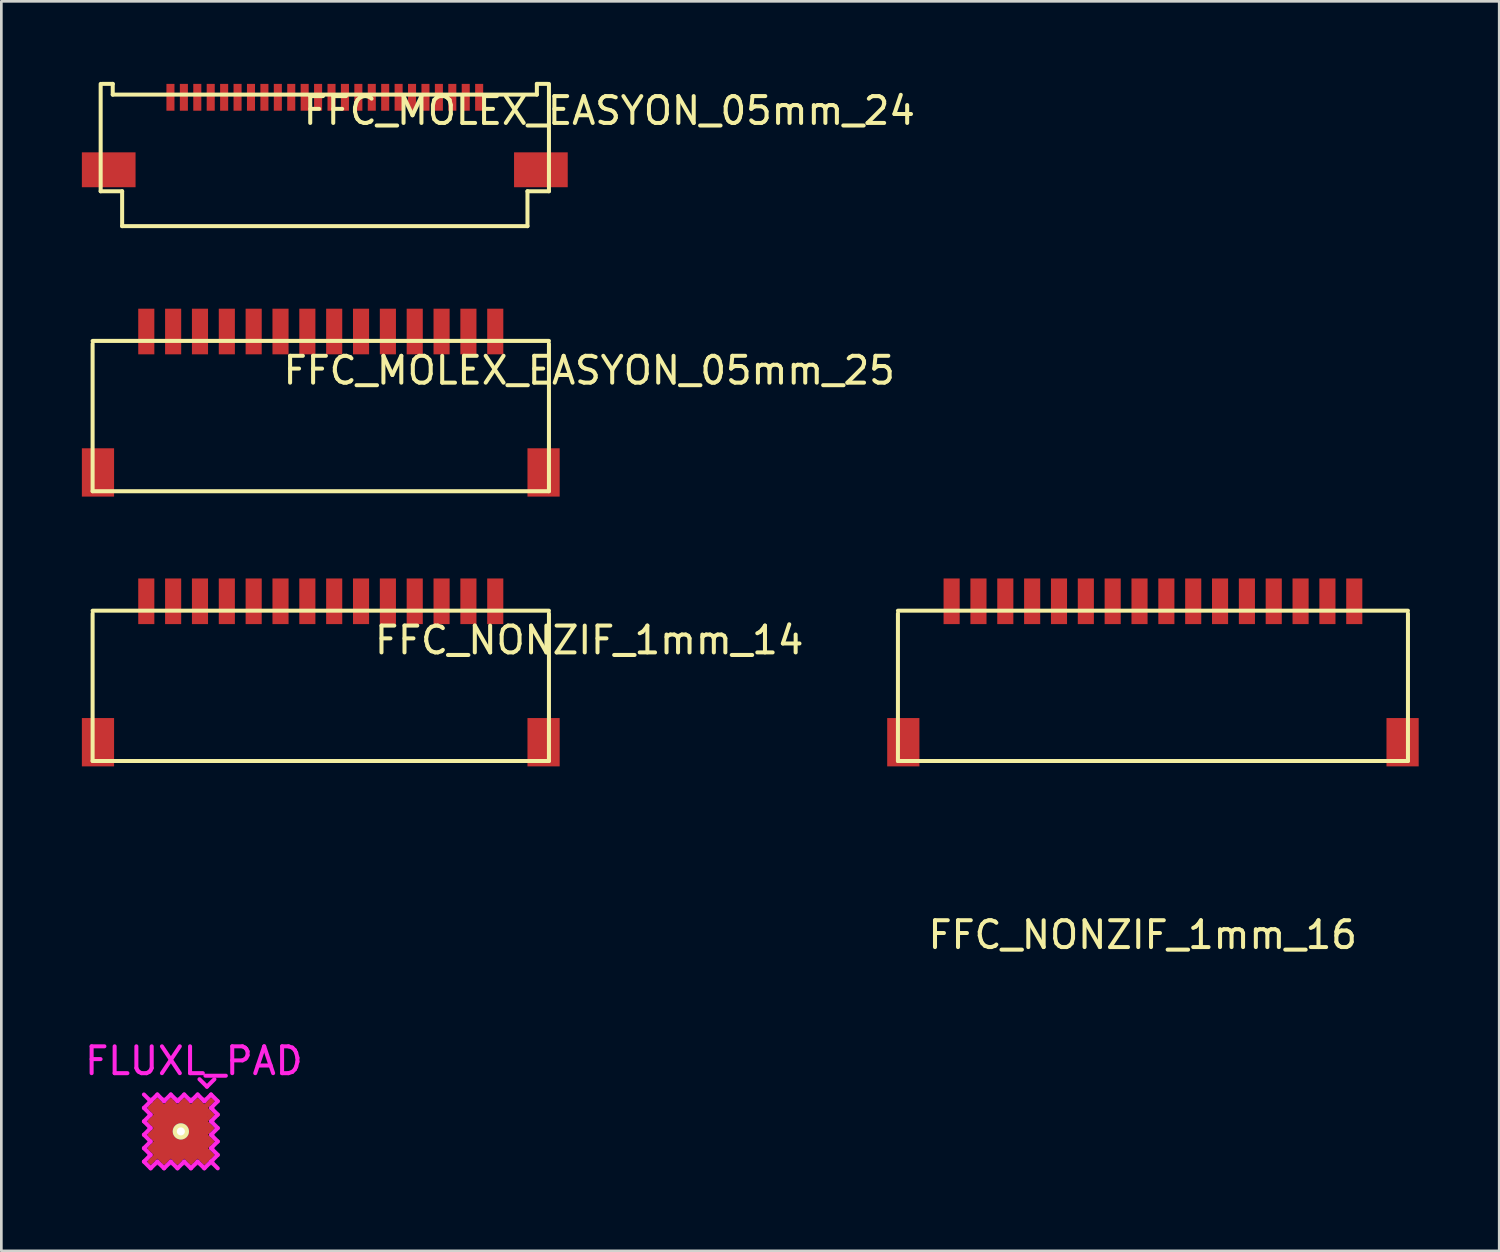
<source format=kicad_pcb>
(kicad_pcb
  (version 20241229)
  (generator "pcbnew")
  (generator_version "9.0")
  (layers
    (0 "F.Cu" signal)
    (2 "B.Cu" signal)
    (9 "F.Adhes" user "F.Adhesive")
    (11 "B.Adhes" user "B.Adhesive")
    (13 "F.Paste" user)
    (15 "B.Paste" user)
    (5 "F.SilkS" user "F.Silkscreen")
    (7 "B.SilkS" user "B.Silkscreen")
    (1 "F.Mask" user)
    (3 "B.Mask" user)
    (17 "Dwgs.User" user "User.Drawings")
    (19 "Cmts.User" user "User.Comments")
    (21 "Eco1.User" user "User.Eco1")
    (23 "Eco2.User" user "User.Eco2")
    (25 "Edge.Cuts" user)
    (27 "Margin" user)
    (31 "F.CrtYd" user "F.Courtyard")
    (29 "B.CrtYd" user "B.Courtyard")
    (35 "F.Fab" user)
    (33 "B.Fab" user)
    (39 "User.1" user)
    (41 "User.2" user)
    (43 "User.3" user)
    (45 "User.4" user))
  (footprint "FFC_NONZIF_1mm_16"
    (layer "F.Cu")
    (at 39.901 25.3)
    (property "Reference" "FFC_NONZIF_1mm_16" (at -0.381 6.477 0) (layer "F.SilkS") (effects (font (size 1 1) (thickness 0.15))))
    (attr through_hole)
    (fp_line (start -9.5 -5.5) (end -9.5 0) (stroke (width 0.15) (type solid)) (layer "F.SilkS"))
    (fp_line (start -9.5 0) (end 9.5 0) (stroke (width 0.15) (type solid)) (layer "F.SilkS"))
    (fp_line (start 9.5 -5.6) (end -9.5 -5.6) (stroke (width 0.15) (type solid)) (layer "F.SilkS"))
    (fp_line (start 9.5 0) (end 9.5 -5.5) (stroke (width 0.15) (type solid)) (layer "F.SilkS"))
    (pad "" smd rect (at -9.3 -0.7) (size 1.2 1.8) (layers "F.Cu" "F.Mask" "F.Paste"))
    (pad "" smd rect (at 9.3 -0.7) (size 1.2 1.8) (layers "F.Cu" "F.Mask" "F.Paste"))
    (pad "1" smd rect (at -7.5 -5.95) (size 0.6 1.7) (layers "F.Cu" "F.Mask" "F.Paste"))
    (pad "2" smd rect (at -6.5 -5.95) (size 0.6 1.7) (layers "F.Cu" "F.Mask" "F.Paste"))
    (pad "3" smd rect (at -5.5 -5.95) (size 0.6 1.7) (layers "F.Cu" "F.Mask" "F.Paste"))
    (pad "4" smd rect (at -4.5 -5.95) (size 0.6 1.7) (layers "F.Cu" "F.Mask" "F.Paste"))
    (pad "5" smd rect (at -3.5 -5.95) (size 0.6 1.7) (layers "F.Cu" "F.Mask" "F.Paste"))
    (pad "6" smd rect (at -2.5 -5.95) (size 0.6 1.7) (layers "F.Cu" "F.Mask" "F.Paste"))
    (pad "7" smd rect (at -1.5 -5.95) (size 0.6 1.7) (layers "F.Cu" "F.Mask" "F.Paste"))
    (pad "8" smd rect (at -0.5 -5.95) (size 0.6 1.7) (layers "F.Cu" "F.Mask" "F.Paste"))
    (pad "9" smd rect (at 0.5 -5.95) (size 0.6 1.7) (layers "F.Cu" "F.Mask" "F.Paste"))
    (pad "10" smd rect (at 1.5 -5.95) (size 0.6 1.7) (layers "F.Cu" "F.Mask" "F.Paste"))
    (pad "11" smd rect (at 2.5 -5.95) (size 0.6 1.7) (layers "F.Cu" "F.Mask" "F.Paste"))
    (pad "12" smd rect (at 3.5 -5.95) (size 0.6 1.7) (layers "F.Cu" "F.Mask" "F.Paste"))
    (pad "13" smd rect (at 4.5 -5.95) (size 0.6 1.7) (layers "F.Cu" "F.Mask" "F.Paste"))
    (pad "14" smd rect (at 5.5 -5.95) (size 0.6 1.7) (layers "F.Cu" "F.Mask" "F.Paste"))
    (pad "15" smd rect (at 6.5 -5.95) (size 0.6 1.7) (layers "F.Cu" "F.Mask" "F.Paste"))
    (pad "16" smd rect (at 7.5 -5.95) (size 0.6 1.7) (layers "F.Cu" "F.Mask" "F.Paste")))
  (footprint "FLUXL_PAD"
    (layer "F.Cu")
    (at 3.687 39.099)
    (property "Reference" "FLUXL_PAD" (at 0.486 -2.625 0) (layer "F.CrtYd") (effects (font (size 1 1) (thickness 0.15))))
    (attr smd)
    (fp_line (start -1.156 -0.875) (end -0.906 -0.625) (stroke (width 0.152) (type solid)) (layer "F.Cu"))
    (fp_line (start -1.156 -0.375) (end -0.906 -0.125) (stroke (width 0.152) (type solid)) (layer "F.Cu"))
    (fp_line (start -1.156 0.125) (end -0.906 0.375) (stroke (width 0.152) (type solid)) (layer "F.Cu"))
    (fp_line (start -1.156 0.625) (end -0.906 0.875) (stroke (width 0.152) (type solid)) (layer "F.Cu"))
    (fp_line (start -1.156 1.125) (end -1.125 1.156) (stroke (width 0.152) (type solid)) (layer "F.Cu"))
    (fp_line (start -1.125 1.156) (end -0.875 0.906) (stroke (width 0.152) (type solid)) (layer "F.Cu"))
    (fp_line (start -1.094 -0.375) (end -0.938 -0.375) (stroke (width 0.152) (type solid)) (layer "F.Cu"))
    (fp_line (start -1.094 0.125) (end -0.938 0.125) (stroke (width 0.152) (type solid)) (layer "F.Cu"))
    (fp_line (start -1.094 0.625) (end -0.938 0.625) (stroke (width 0.152) (type solid)) (layer "F.Cu"))
    (fp_line (start -0.906 -0.625) (end -1.156 -0.375) (stroke (width 0.152) (type solid)) (layer "F.Cu"))
    (fp_line (start -0.906 -0.125) (end -1.156 0.125) (stroke (width 0.152) (type solid)) (layer "F.Cu"))
    (fp_line (start -0.906 0.375) (end -1.156 0.625) (stroke (width 0.152) (type solid)) (layer "F.Cu"))
    (fp_line (start -0.906 0.875) (end -1.156 1.125) (stroke (width 0.152) (type solid)) (layer "F.Cu"))
    (fp_line (start -0.875 -1.156) (end -1.156 -0.875) (stroke (width 0.152) (type solid)) (layer "F.Cu"))
    (fp_line (start -0.875 0.906) (end -0.625 1.156) (stroke (width 0.152) (type solid)) (layer "F.Cu"))
    (fp_line (start -0.844 -1.031) (end -1.031 -0.844) (stroke (width 0.152) (type solid)) (layer "F.Cu"))
    (fp_line (start -0.625 -0.906) (end -0.875 -1.156) (stroke (width 0.152) (type solid)) (layer "F.Cu"))
    (fp_line (start -0.625 1.094) (end -0.625 0.969) (stroke (width 0.152) (type solid)) (layer "F.Cu"))
    (fp_line (start -0.625 1.156) (end -0.375 0.906) (stroke (width 0.152) (type solid)) (layer "F.Cu"))
    (fp_line (start -0.375 -1.156) (end -0.625 -0.906) (stroke (width 0.152) (type solid)) (layer "F.Cu"))
    (fp_line (start -0.375 -1.094) (end -0.375 -0.938) (stroke (width 0.152) (type solid)) (layer "F.Cu"))
    (fp_line (start -0.375 0.906) (end -0.125 1.156) (stroke (width 0.152) (type solid)) (layer "F.Cu"))
    (fp_line (start -0.125 -0.906) (end -0.375 -1.156) (stroke (width 0.152) (type solid)) (layer "F.Cu"))
    (fp_line (start -0.125 1.094) (end -0.125 0.969) (stroke (width 0.152) (type solid)) (layer "F.Cu"))
    (fp_line (start -0.125 1.156) (end 0.125 0.906) (stroke (width 0.152) (type solid)) (layer "F.Cu"))
    (fp_line (start 0.125 -1.156) (end -0.125 -0.906) (stroke (width 0.152) (type solid)) (layer "F.Cu"))
    (fp_line (start 0.125 -1.094) (end 0.125 -0.938) (stroke (width 0.152) (type solid)) (layer "F.Cu"))
    (fp_line (start 0.125 0.906) (end 0.375 1.156) (stroke (width 0.152) (type solid)) (layer "F.Cu"))
    (fp_line (start 0.375 -0.906) (end 0.125 -1.156) (stroke (width 0.152) (type solid)) (layer "F.Cu"))
    (fp_line (start 0.375 1.094) (end 0.375 0.969) (stroke (width 0.152) (type solid)) (layer "F.Cu"))
    (fp_line (start 0.375 1.156) (end 0.625 0.906) (stroke (width 0.152) (type solid)) (layer "F.Cu"))
    (fp_line (start 0.625 -1.156) (end 0.375 -0.906) (stroke (width 0.152) (type solid)) (layer "F.Cu"))
    (fp_line (start 0.625 -1.094) (end 0.625 -0.938) (stroke (width 0.152) (type solid)) (layer "F.Cu"))
    (fp_line (start 0.625 0.906) (end 0.875 1.156) (stroke (width 0.152) (type solid)) (layer "F.Cu"))
    (fp_line (start 0.875 -0.906) (end 0.625 -1.156) (stroke (width 0.152) (type solid)) (layer "F.Cu"))
    (fp_line (start 0.875 1.156) (end 1.156 0.875) (stroke (width 0.152) (type solid)) (layer "F.Cu"))
    (fp_line (start 0.906 -0.875) (end 1.156 -1.125) (stroke (width 0.152) (type solid)) (layer "F.Cu"))
    (fp_line (start 0.906 -0.375) (end 1.156 -0.625) (stroke (width 0.152) (type solid)) (layer "F.Cu"))
    (fp_line (start 0.906 0.125) (end 1.156 -0.125) (stroke (width 0.152) (type solid)) (layer "F.Cu"))
    (fp_line (start 0.906 0.625) (end 1.156 0.375) (stroke (width 0.152) (type solid)) (layer "F.Cu"))
    (fp_line (start 1.031 0.844) (end 0.844 1.031) (stroke (width 0.152) (type solid)) (layer "F.Cu"))
    (fp_line (start 1.094 -0.625) (end 0.938 -0.625) (stroke (width 0.152) (type solid)) (layer "F.Cu"))
    (fp_line (start 1.094 -0.125) (end 0.938 -0.125) (stroke (width 0.152) (type solid)) (layer "F.Cu"))
    (fp_line (start 1.094 0.375) (end 0.938 0.375) (stroke (width 0.152) (type solid)) (layer "F.Cu"))
    (fp_line (start 1.125 -1.156) (end 0.875 -0.906) (stroke (width 0.152) (type solid)) (layer "F.Cu"))
    (fp_line (start 1.156 -1.125) (end 1.125 -1.156) (stroke (width 0.152) (type solid)) (layer "F.Cu"))
    (fp_line (start 1.156 -0.625) (end 0.906 -0.875) (stroke (width 0.152) (type solid)) (layer "F.Cu"))
    (fp_line (start 1.156 -0.125) (end 0.906 -0.375) (stroke (width 0.152) (type solid)) (layer "F.Cu"))
    (fp_line (start 1.156 0.375) (end 0.906 0.125) (stroke (width 0.152) (type solid)) (layer "F.Cu"))
    (fp_line (start 1.156 0.875) (end 0.906 0.625) (stroke (width 0.152) (type solid)) (layer "F.Cu"))
    (fp_line (start -1.375 -0.875) (end -1.125 -1.125) (stroke (width 0.152) (type solid)) (layer "F.CrtYd"))
    (fp_line (start -1.375 -0.375) (end -1.125 -0.625) (stroke (width 0.152) (type solid)) (layer "F.CrtYd"))
    (fp_line (start -1.375 0.125) (end -1.125 -0.125) (stroke (width 0.152) (type solid)) (layer "F.CrtYd"))
    (fp_line (start -1.375 0.625) (end -1.125 0.375) (stroke (width 0.152) (type solid)) (layer "F.CrtYd"))
    (fp_line (start -1.375 1.125) (end -1.125 0.875) (stroke (width 0.152) (type solid)) (layer "F.CrtYd"))
    (fp_line (start -1.25 -1.25) (end 1.25 -1.25) (stroke (width 0.01) (type solid)) (layer "F.CrtYd"))
    (fp_line (start -1.25 1.25) (end -1.25 -1.25) (stroke (width 0.01) (type solid)) (layer "F.CrtYd"))
    (fp_line (start -1.125 -1.125) (end -1.375 -1.375) (stroke (width 0.152) (type solid)) (layer "F.CrtYd"))
    (fp_line (start -1.125 -0.625) (end -1.375 -0.875) (stroke (width 0.152) (type solid)) (layer "F.CrtYd"))
    (fp_line (start -1.125 -0.125) (end -1.375 -0.375) (stroke (width 0.152) (type solid)) (layer "F.CrtYd"))
    (fp_line (start -1.125 0.375) (end -1.375 0.125) (stroke (width 0.152) (type solid)) (layer "F.CrtYd"))
    (fp_line (start -1.125 0.875) (end -1.375 0.625) (stroke (width 0.152) (type solid)) (layer "F.CrtYd"))
    (fp_line (start -1.125 1.375) (end -1.375 1.125) (stroke (width 0.152) (type solid)) (layer "F.CrtYd"))
    (fp_line (start -0.875 -1.375) (end -1.125 -1.125) (stroke (width 0.152) (type solid)) (layer "F.CrtYd"))
    (fp_line (start -0.875 1.125) (end -1.125 1.375) (stroke (width 0.152) (type solid)) (layer "F.CrtYd"))
    (fp_line (start -0.625 -1.125) (end -0.875 -1.375) (stroke (width 0.152) (type solid)) (layer "F.CrtYd"))
    (fp_line (start -0.625 1.375) (end -0.875 1.125) (stroke (width 0.152) (type solid)) (layer "F.CrtYd"))
    (fp_line (start -0.375 -1.375) (end -0.625 -1.125) (stroke (width 0.152) (type solid)) (layer "F.CrtYd"))
    (fp_line (start -0.375 1.125) (end -0.625 1.375) (stroke (width 0.152) (type solid)) (layer "F.CrtYd"))
    (fp_line (start -0.125 -1.125) (end -0.375 -1.375) (stroke (width 0.152) (type solid)) (layer "F.CrtYd"))
    (fp_line (start -0.125 1.375) (end -0.375 1.125) (stroke (width 0.152) (type solid)) (layer "F.CrtYd"))
    (fp_line (start 0.125 -1.375) (end -0.125 -1.125) (stroke (width 0.152) (type solid)) (layer "F.CrtYd"))
    (fp_line (start 0.125 1.125) (end -0.125 1.375) (stroke (width 0.152) (type solid)) (layer "F.CrtYd"))
    (fp_line (start 0.375 -1.125) (end 0.125 -1.375) (stroke (width 0.152) (type solid)) (layer "F.CrtYd"))
    (fp_line (start 0.375 1.375) (end 0.125 1.125) (stroke (width 0.152) (type solid)) (layer "F.CrtYd"))
    (fp_line (start 0.625 -1.375) (end 0.375 -1.125) (stroke (width 0.152) (type solid)) (layer "F.CrtYd"))
    (fp_line (start 0.625 1.125) (end 0.375 1.375) (stroke (width 0.152) (type solid)) (layer "F.CrtYd"))
    (fp_line (start 0.875 -1.125) (end 0.625 -1.375) (stroke (width 0.152) (type solid)) (layer "F.CrtYd"))
    (fp_line (start 0.875 1.375) (end 0.625 1.125) (stroke (width 0.152) (type solid)) (layer "F.CrtYd"))
    (fp_line (start 0.972 -1.667) (end 0.694 -1.944) (stroke (width 0.152) (type solid)) (layer "F.CrtYd"))
    (fp_line (start 1.125 -1.375) (end 0.875 -1.125) (stroke (width 0.152) (type solid)) (layer "F.CrtYd"))
    (fp_line (start 1.125 -1.375) (end 1.375 -1.125) (stroke (width 0.152) (type solid)) (layer "F.CrtYd"))
    (fp_line (start 1.125 -0.875) (end 1.375 -0.625) (stroke (width 0.152) (type solid)) (layer "F.CrtYd"))
    (fp_line (start 1.125 -0.375) (end 1.375 -0.125) (stroke (width 0.152) (type solid)) (layer "F.CrtYd"))
    (fp_line (start 1.125 0.125) (end 1.375 0.375) (stroke (width 0.152) (type solid)) (layer "F.CrtYd"))
    (fp_line (start 1.125 0.625) (end 1.375 0.875) (stroke (width 0.152) (type solid)) (layer "F.CrtYd"))
    (fp_line (start 1.125 1.125) (end 0.875 1.375) (stroke (width 0.152) (type solid)) (layer "F.CrtYd"))
    (fp_line (start 1.125 1.125) (end 1.375 1.375) (stroke (width 0.152) (type solid)) (layer "F.CrtYd"))
    (fp_line (start 1.25 -1.25) (end 1.25 1.25) (stroke (width 0.01) (type solid)) (layer "F.CrtYd"))
    (fp_line (start 1.25 1.25) (end -1.25 1.25) (stroke (width 0.01) (type solid)) (layer "F.CrtYd"))
    (fp_line (start 1.25 -1.944) (end 0.972 -1.667) (stroke (width 0.152) (type solid)) (layer "F.CrtYd"))
    (fp_line (start 1.375 -1.125) (end 1.125 -0.875) (stroke (width 0.152) (type solid)) (layer "F.CrtYd"))
    (fp_line (start 1.375 -0.625) (end 1.125 -0.375) (stroke (width 0.152) (type solid)) (layer "F.CrtYd"))
    (fp_line (start 1.375 -0.125) (end 1.125 0.125) (stroke (width 0.152) (type solid)) (layer "F.CrtYd"))
    (fp_line (start 1.375 0.375) (end 1.125 0.625) (stroke (width 0.152) (type solid)) (layer "F.CrtYd"))
    (fp_line (start 1.375 0.875) (end 1.125 1.125) (stroke (width 0.152) (type solid)) (layer "F.CrtYd"))
    (pad "1" thru_hole circle (at 0 0) (size 0.605 0.605) (drill 0.3) (layers "*.Cu" "*.Mask" "F.SilkS"))
    (pad "1" smd rect (at 0 0) (size 2 2) (layers "F.Cu" "F.Mask" "F.Paste")))
  (footprint "FFC_MOLEX_EASYON_05mm_24"
    (layer "F.Cu")
    (at 9.05 0.775)
    (property "Reference" "FFC_MOLEX_EASYON_05mm_24" (at 10.6 0.3 0) (layer "F.SilkS") (effects (font (size 1 1) (thickness 0.15))))
    (attr through_hole)
    (fp_line (start -8.35 -0.7) (end -8.35 3.3) (stroke (width 0.15) (type solid)) (layer "F.SilkS"))
    (fp_line (start -8.35 3.3) (end -7.55 3.3) (stroke (width 0.15) (type solid)) (layer "F.SilkS"))
    (fp_line (start -8.3 -0.7) (end -7.9 -0.7) (stroke (width 0.15) (type solid)) (layer "F.SilkS"))
    (fp_line (start -7.9 -0.3) (end -7.9 -0.7) (stroke (width 0.15) (type solid)) (layer "F.SilkS"))
    (fp_line (start -7.9 -0.3) (end 7.9 -0.3) (stroke (width 0.15) (type solid)) (layer "F.SilkS"))
    (fp_line (start -7.55 3.3) (end -7.55 4.6) (stroke (width 0.15) (type solid)) (layer "F.SilkS"))
    (fp_line (start 7.55 3.3) (end 7.55 4.6) (stroke (width 0.15) (type solid)) (layer "F.SilkS"))
    (fp_line (start 7.55 4.6) (end -7.55 4.6) (stroke (width 0.15) (type solid)) (layer "F.SilkS"))
    (fp_line (start 7.9 -0.3) (end 7.9 -0.7) (stroke (width 0.15) (type solid)) (layer "F.SilkS"))
    (fp_line (start 8.3 -0.7) (end 7.9 -0.7) (stroke (width 0.15) (type solid)) (layer "F.SilkS"))
    (fp_line (start 8.35 -0.7) (end 8.35 3.3) (stroke (width 0.15) (type solid)) (layer "F.SilkS"))
    (fp_line (start 8.35 3.3) (end 7.55 3.3) (stroke (width 0.15) (type solid)) (layer "F.SilkS"))
    (pad "" smd rect (at -8.05 2.5) (size 2 1.3) (layers "F.Cu" "F.Mask" "F.Paste"))
    (pad "" smd rect (at 8.05 2.5) (size 2 1.3) (layers "F.Cu" "F.Mask" "F.Paste"))
    (pad "1" smd rect (at -5.75 -0.2) (size 0.3 1) (layers "F.Cu" "F.Mask" "F.Paste"))
    (pad "2" smd rect (at -5.25 -0.2) (size 0.3 1) (layers "F.Cu" "F.Mask" "F.Paste"))
    (pad "3" smd rect (at -4.75 -0.2) (size 0.3 1) (layers "F.Cu" "F.Mask" "F.Paste"))
    (pad "4" smd rect (at -4.25 -0.2) (size 0.3 1) (layers "F.Cu" "F.Mask" "F.Paste"))
    (pad "5" smd rect (at -3.75 -0.2) (size 0.3 1) (layers "F.Cu" "F.Mask" "F.Paste"))
    (pad "6" smd rect (at -3.25 -0.2) (size 0.3 1) (layers "F.Cu" "F.Mask" "F.Paste"))
    (pad "7" smd rect (at -2.75 -0.2) (size 0.3 1) (layers "F.Cu" "F.Mask" "F.Paste"))
    (pad "8" smd rect (at -2.25 -0.2) (size 0.3 1) (layers "F.Cu" "F.Mask" "F.Paste"))
    (pad "9" smd rect (at -1.75 -0.2) (size 0.3 1) (layers "F.Cu" "F.Mask" "F.Paste"))
    (pad "10" smd rect (at -1.25 -0.2) (size 0.3 1) (layers "F.Cu" "F.Mask" "F.Paste"))
    (pad "11" smd rect (at -0.75 -0.2) (size 0.3 1) (layers "F.Cu" "F.Mask" "F.Paste"))
    (pad "12" smd rect (at -0.25 -0.2) (size 0.3 1) (layers "F.Cu" "F.Mask" "F.Paste"))
    (pad "13" smd rect (at 0.25 -0.2) (size 0.3 1) (layers "F.Cu" "F.Mask" "F.Paste"))
    (pad "14" smd rect (at 0.75 -0.2) (size 0.3 1) (layers "F.Cu" "F.Mask" "F.Paste"))
    (pad "15" smd rect (at 1.25 -0.2) (size 0.3 1) (layers "F.Cu" "F.Mask" "F.Paste"))
    (pad "16" smd rect (at 1.75 -0.2) (size 0.3 1) (layers "F.Cu" "F.Mask" "F.Paste"))
    (pad "17" smd rect (at 2.25 -0.2) (size 0.3 1) (layers "F.Cu" "F.Mask" "F.Paste"))
    (pad "18" smd rect (at 2.75 -0.2) (size 0.3 1) (layers "F.Cu" "F.Mask" "F.Paste"))
    (pad "19" smd rect (at 3.25 -0.2) (size 0.3 1) (layers "F.Cu" "F.Mask" "F.Paste"))
    (pad "20" smd rect (at 3.75 -0.2) (size 0.3 1) (layers "F.Cu" "F.Mask" "F.Paste"))
    (pad "21" smd rect (at 4.25 -0.2) (size 0.3 1) (layers "F.Cu" "F.Mask" "F.Paste"))
    (pad "22" smd rect (at 4.75 -0.2) (size 0.3 1) (layers "F.Cu" "F.Mask" "F.Paste"))
    (pad "23" smd rect (at 5.25 -0.2) (size 0.3 1) (layers "F.Cu" "F.Mask" "F.Paste"))
    (pad "24" smd rect (at 5.75 -0.2) (size 0.3 1) (layers "F.Cu" "F.Mask" "F.Paste")))
  (footprint "FFC_MOLEX_EASYON_05mm_25"
    (layer "F.Cu")
    (at 8.9 15.25)
    (property "Reference" "FFC_MOLEX_EASYON_05mm_25" (at 10 -4.5 0) (layer "F.SilkS") (effects (font (size 1 1) (thickness 0.15))))
    (attr through_hole)
    (fp_line (start -8.5 -5.5) (end -8.5 0) (stroke (width 0.15) (type solid)) (layer "F.SilkS"))
    (fp_line (start -8.5 0) (end 8.5 0) (stroke (width 0.15) (type solid)) (layer "F.SilkS"))
    (fp_line (start 8.5 -5.6) (end -8.5 -5.6) (stroke (width 0.15) (type solid)) (layer "F.SilkS"))
    (fp_line (start 8.5 0) (end 8.5 -5.5) (stroke (width 0.15) (type solid)) (layer "F.SilkS"))
    (pad "" smd rect (at -8.3 -0.7) (size 1.2 1.8) (layers "F.Cu" "F.Mask" "F.Paste"))
    (pad "" smd rect (at 8.3 -0.7) (size 1.2 1.8) (layers "F.Cu" "F.Mask" "F.Paste"))
    (pad "1" smd rect (at -6.5 -5.95) (size 0.6 1.7) (layers "F.Cu" "F.Mask" "F.Paste"))
    (pad "2" smd rect (at -5.5 -5.95) (size 0.6 1.7) (layers "F.Cu" "F.Mask" "F.Paste"))
    (pad "3" smd rect (at -4.5 -5.95) (size 0.6 1.7) (layers "F.Cu" "F.Mask" "F.Paste"))
    (pad "4" smd rect (at -3.5 -5.95) (size 0.6 1.7) (layers "F.Cu" "F.Mask" "F.Paste"))
    (pad "5" smd rect (at -2.5 -5.95) (size 0.6 1.7) (layers "F.Cu" "F.Mask" "F.Paste"))
    (pad "6" smd rect (at -1.5 -5.95) (size 0.6 1.7) (layers "F.Cu" "F.Mask" "F.Paste"))
    (pad "7" smd rect (at -0.5 -5.95) (size 0.6 1.7) (layers "F.Cu" "F.Mask" "F.Paste"))
    (pad "8" smd rect (at 0.5 -5.95) (size 0.6 1.7) (layers "F.Cu" "F.Mask" "F.Paste"))
    (pad "9" smd rect (at 1.5 -5.95) (size 0.6 1.7) (layers "F.Cu" "F.Mask" "F.Paste"))
    (pad "10" smd rect (at 2.5 -5.95) (size 0.6 1.7) (layers "F.Cu" "F.Mask" "F.Paste"))
    (pad "11" smd rect (at 3.5 -5.95) (size 0.6 1.7) (layers "F.Cu" "F.Mask" "F.Paste"))
    (pad "12" smd rect (at 4.5 -5.95) (size 0.6 1.7) (layers "F.Cu" "F.Mask" "F.Paste"))
    (pad "13" smd rect (at 5.5 -5.95) (size 0.6 1.7) (layers "F.Cu" "F.Mask" "F.Paste"))
    (pad "14" smd rect (at 6.5 -5.95) (size 0.6 1.7) (layers "F.Cu" "F.Mask" "F.Paste")))
  (footprint "FFC_NONZIF_1mm_14"
    (layer "F.Cu")
    (at 8.9 25.3)
    (property "Reference" "FFC_NONZIF_1mm_14" (at 10 -4.5 0) (layer "F.SilkS") (effects (font (size 1 1) (thickness 0.15))))
    (attr through_hole)
    (fp_line (start -8.5 -5.5) (end -8.5 0) (stroke (width 0.15) (type solid)) (layer "F.SilkS"))
    (fp_line (start -8.5 0) (end 8.5 0) (stroke (width 0.15) (type solid)) (layer "F.SilkS"))
    (fp_line (start 8.5 -5.6) (end -8.5 -5.6) (stroke (width 0.15) (type solid)) (layer "F.SilkS"))
    (fp_line (start 8.5 0) (end 8.5 -5.5) (stroke (width 0.15) (type solid)) (layer "F.SilkS"))
    (pad "" smd rect (at -8.3 -0.7) (size 1.2 1.8) (layers "F.Cu" "F.Mask" "F.Paste"))
    (pad "" smd rect (at 8.3 -0.7) (size 1.2 1.8) (layers "F.Cu" "F.Mask" "F.Paste"))
    (pad "1" smd rect (at -6.5 -5.95) (size 0.6 1.7) (layers "F.Cu" "F.Mask" "F.Paste"))
    (pad "2" smd rect (at -5.5 -5.95) (size 0.6 1.7) (layers "F.Cu" "F.Mask" "F.Paste"))
    (pad "3" smd rect (at -4.5 -5.95) (size 0.6 1.7) (layers "F.Cu" "F.Mask" "F.Paste"))
    (pad "4" smd rect (at -3.5 -5.95) (size 0.6 1.7) (layers "F.Cu" "F.Mask" "F.Paste"))
    (pad "5" smd rect (at -2.5 -5.95) (size 0.6 1.7) (layers "F.Cu" "F.Mask" "F.Paste"))
    (pad "6" smd rect (at -1.5 -5.95) (size 0.6 1.7) (layers "F.Cu" "F.Mask" "F.Paste"))
    (pad "7" smd rect (at -0.5 -5.95) (size 0.6 1.7) (layers "F.Cu" "F.Mask" "F.Paste"))
    (pad "8" smd rect (at 0.5 -5.95) (size 0.6 1.7) (layers "F.Cu" "F.Mask" "F.Paste"))
    (pad "9" smd rect (at 1.5 -5.95) (size 0.6 1.7) (layers "F.Cu" "F.Mask" "F.Paste"))
    (pad "10" smd rect (at 2.5 -5.95) (size 0.6 1.7) (layers "F.Cu" "F.Mask" "F.Paste"))
    (pad "11" smd rect (at 3.5 -5.95) (size 0.6 1.7) (layers "F.Cu" "F.Mask" "F.Paste"))
    (pad "12" smd rect (at 4.5 -5.95) (size 0.6 1.7) (layers "F.Cu" "F.Mask" "F.Paste"))
    (pad "13" smd rect (at 5.5 -5.95) (size 0.6 1.7) (layers "F.Cu" "F.Mask" "F.Paste"))
    (pad "14" smd rect (at 6.5 -5.95) (size 0.6 1.7) (layers "F.Cu" "F.Mask" "F.Paste")))
  (gr_rect
    (start -3 -3)
    (end 52.801 43.55)
    (stroke (width 0.1) (type default))
    (fill no)
    (layer "Edge.Cuts")))
</source>
